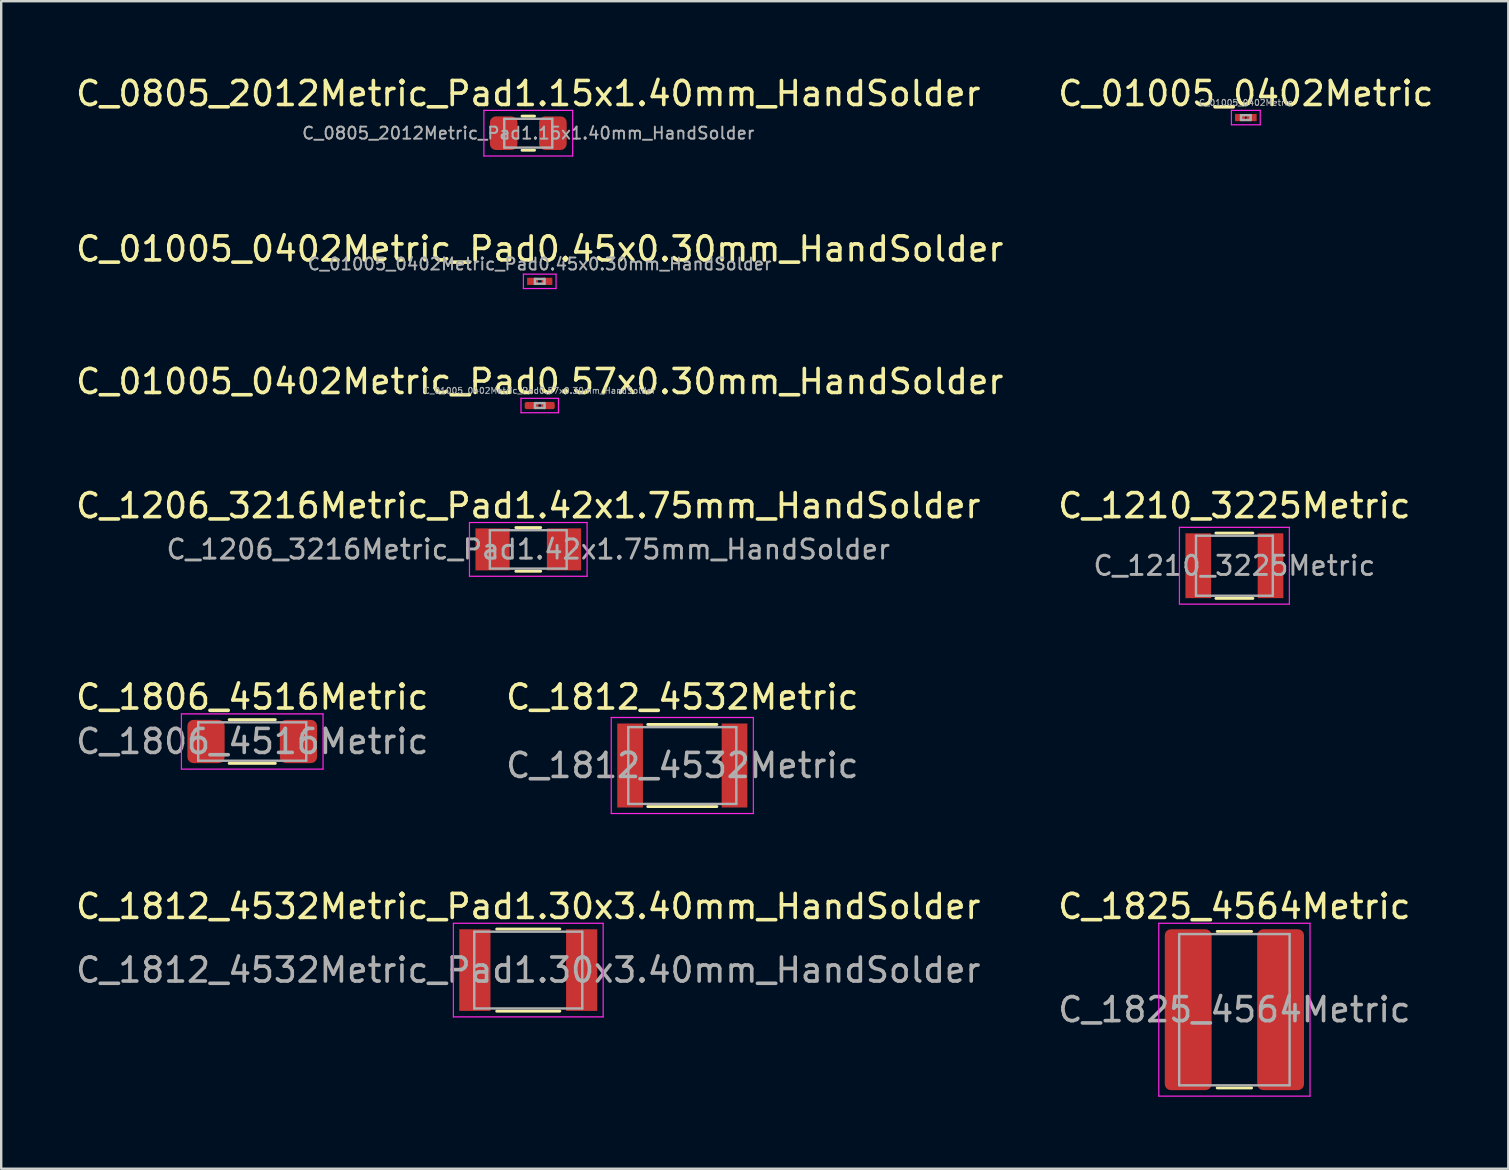
<source format=kicad_pcb>
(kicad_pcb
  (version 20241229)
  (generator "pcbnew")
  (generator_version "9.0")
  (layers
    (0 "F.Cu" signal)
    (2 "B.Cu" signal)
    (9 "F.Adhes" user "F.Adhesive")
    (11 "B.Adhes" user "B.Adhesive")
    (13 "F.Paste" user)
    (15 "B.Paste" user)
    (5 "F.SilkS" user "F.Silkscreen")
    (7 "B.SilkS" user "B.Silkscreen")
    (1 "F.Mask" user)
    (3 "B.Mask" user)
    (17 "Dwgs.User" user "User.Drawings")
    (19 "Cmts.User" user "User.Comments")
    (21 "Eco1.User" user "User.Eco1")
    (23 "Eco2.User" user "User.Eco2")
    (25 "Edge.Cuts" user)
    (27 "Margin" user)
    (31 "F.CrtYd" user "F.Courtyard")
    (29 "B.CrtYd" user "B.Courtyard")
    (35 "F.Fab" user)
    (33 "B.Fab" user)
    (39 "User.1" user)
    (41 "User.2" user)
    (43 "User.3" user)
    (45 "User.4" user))
  (footprint "C_01005_0402Metric_Pad0.45x0.30mm_HandSolder"
    (layer "F.Cu")
    (at 19.435 8.671)
    (property "Reference" "C_01005_0402Metric_Pad0.45x0.30mm_HandSolder" (at 0 -1.35 0) (layer "F.SilkS") (effects (font (size 1 1) (thickness 0.15))))
    (attr smd)
    (fp_line (start -0.68 -0.3) (end 0.68 -0.3) (stroke (width 0.05) (type solid)) (layer "F.CrtYd"))
    (fp_line (start -0.68 0.3) (end -0.68 -0.3) (stroke (width 0.05) (type solid)) (layer "F.CrtYd"))
    (fp_line (start 0.68 -0.3) (end 0.68 0.3) (stroke (width 0.05) (type solid)) (layer "F.CrtYd"))
    (fp_line (start 0.68 0.3) (end -0.68 0.3) (stroke (width 0.05) (type solid)) (layer "F.CrtYd"))
    (fp_line (start -0.2 -0.1) (end 0.2 -0.1) (stroke (width 0.1) (type solid)) (layer "F.Fab"))
    (fp_line (start -0.2 0.1) (end -0.2 -0.1) (stroke (width 0.1) (type solid)) (layer "F.Fab"))
    (fp_line (start 0.2 -0.1) (end 0.2 0.1) (stroke (width 0.1) (type solid)) (layer "F.Fab"))
    (fp_line (start 0.2 0.1) (end -0.2 0.1) (stroke (width 0.1) (type solid)) (layer "F.Fab"))
    (fp_text user "${REFERENCE}" (at 0 -0.72 0) (layer "F.Fab") (effects (font (size 0.5 0.5) (thickness 0.08))))
    (pad "1" smd rect (at -0.3 0) (size 0.45 0.3) (layers "F.Cu" "F.Mask" "F.Paste"))
    (pad "2" smd rect (at 0.3 0) (size 0.45 0.3) (layers "F.Cu" "F.Mask" "F.Paste")))
  (footprint "C_1210_3225Metric"
    (layer "F.Cu")
    (at 48.375 20.518)
    (property "Reference" "C_1210_3225Metric" (at 0 -2.5 0) (layer "F.SilkS") (effects (font (size 1 1) (thickness 0.15))))
    (attr smd)
    (fp_line (start -0.77 -1.36) (end 0.77 -1.36) (stroke (width 0.12) (type solid)) (layer "F.SilkS"))
    (fp_line (start -0.77 1.36) (end 0.77 1.36) (stroke (width 0.12) (type solid)) (layer "F.SilkS"))
    (fp_line (start -2.29 -1.6) (end 2.29 -1.6) (stroke (width 0.05) (type solid)) (layer "F.CrtYd"))
    (fp_line (start -2.29 1.6) (end -2.29 -1.6) (stroke (width 0.05) (type solid)) (layer "F.CrtYd"))
    (fp_line (start 2.29 -1.6) (end 2.29 1.6) (stroke (width 0.05) (type solid)) (layer "F.CrtYd"))
    (fp_line (start 2.29 1.6) (end -2.29 1.6) (stroke (width 0.05) (type solid)) (layer "F.CrtYd"))
    (fp_line (start -1.6 -1.25) (end 1.6 -1.25) (stroke (width 0.1) (type solid)) (layer "F.Fab"))
    (fp_line (start -1.6 1.25) (end -1.6 -1.25) (stroke (width 0.1) (type solid)) (layer "F.Fab"))
    (fp_line (start 1.6 -1.25) (end 1.6 1.25) (stroke (width 0.1) (type solid)) (layer "F.Fab"))
    (fp_line (start 1.6 1.25) (end -1.6 1.25) (stroke (width 0.1) (type solid)) (layer "F.Fab"))
    (fp_text user "${REFERENCE}" (at 0 0 0) (layer "F.Fab") (effects (font (size 0.8 0.8) (thickness 0.12))))
    (pad "1" smd rect (at -1.505 0) (size 1.07 2.7) (layers "F.Cu" "F.Mask" "F.Paste"))
    (pad "2" smd rect (at 1.505 0) (size 1.07 2.7) (layers "F.Cu" "F.Mask" "F.Paste")))
  (footprint "C_01005_0402Metric"
    (layer "F.Cu")
    (at 48.851 1.848)
    (property "Reference" "C_01005_0402Metric" (at 0 -1 0) (layer "F.SilkS") (effects (font (size 1 1) (thickness 0.15))))
    (attr smd)
    (fp_line (start -0.6 -0.3) (end 0.6 -0.3) (stroke (width 0.05) (type solid)) (layer "F.CrtYd"))
    (fp_line (start -0.6 0.3) (end -0.6 -0.3) (stroke (width 0.05) (type solid)) (layer "F.CrtYd"))
    (fp_line (start 0.6 -0.3) (end 0.6 0.3) (stroke (width 0.05) (type solid)) (layer "F.CrtYd"))
    (fp_line (start 0.6 0.3) (end -0.6 0.3) (stroke (width 0.05) (type solid)) (layer "F.CrtYd"))
    (fp_line (start -0.2 -0.1) (end 0.2 -0.1) (stroke (width 0.1) (type solid)) (layer "F.Fab"))
    (fp_line (start -0.2 0.1) (end -0.2 -0.1) (stroke (width 0.1) (type solid)) (layer "F.Fab"))
    (fp_line (start 0.2 -0.1) (end 0.2 0.1) (stroke (width 0.1) (type solid)) (layer "F.Fab"))
    (fp_line (start 0.2 0.1) (end -0.2 0.1) (stroke (width 0.1) (type solid)) (layer "F.Fab"))
    (fp_text user "${REFERENCE}" (at 0 -0.62 0) (layer "F.Fab") (effects (font (size 0.25 0.25) (thickness 0.04))))
    (pad "" smd rect (at -0.265 0) (size 0.286 0.27) (layers "F.Paste"))
    (pad "" smd rect (at 0.265 0) (size 0.286 0.27) (layers "F.Paste"))
    (pad "1" smd rect (at -0.24 0) (size 0.42 0.3) (layers "F.Cu" "F.Mask"))
    (pad "2" smd rect (at 0.24 0) (size 0.42 0.3) (layers "F.Cu" "F.Mask")))
  (footprint "C_01005_0402Metric_Pad0.57x0.30mm_HandSolder"
    (layer "F.Cu")
    (at 19.435 13.845)
    (property "Reference" "C_01005_0402Metric_Pad0.57x0.30mm_HandSolder" (at 0 -1 0) (layer "F.SilkS") (effects (font (size 1 1) (thickness 0.15))))
    (attr smd)
    (fp_line (start -0.78 -0.3) (end 0.78 -0.3) (stroke (width 0.05) (type solid)) (layer "F.CrtYd"))
    (fp_line (start -0.78 0.3) (end -0.78 -0.3) (stroke (width 0.05) (type solid)) (layer "F.CrtYd"))
    (fp_line (start 0.78 -0.3) (end 0.78 0.3) (stroke (width 0.05) (type solid)) (layer "F.CrtYd"))
    (fp_line (start 0.78 0.3) (end -0.78 0.3) (stroke (width 0.05) (type solid)) (layer "F.CrtYd"))
    (fp_line (start -0.2 -0.1) (end 0.2 -0.1) (stroke (width 0.1) (type solid)) (layer "F.Fab"))
    (fp_line (start -0.2 0.1) (end -0.2 -0.1) (stroke (width 0.1) (type solid)) (layer "F.Fab"))
    (fp_line (start 0.2 -0.1) (end 0.2 0.1) (stroke (width 0.1) (type solid)) (layer "F.Fab"))
    (fp_line (start 0.2 0.1) (end -0.2 0.1) (stroke (width 0.1) (type solid)) (layer "F.Fab"))
    (fp_text user "${REFERENCE}" (at 0 -0.62 0) (layer "F.Fab") (effects (font (size 0.25 0.25) (thickness 0.04))))
    (pad "" smd roundrect (at -0.362 0) (size 0.41 0.27) (layers "F.Paste") (roundrect_rratio 0.25))
    (pad "" smd roundrect (at 0.362 0) (size 0.41 0.27) (layers "F.Paste") (roundrect_rratio 0.25))
    (pad "1" smd roundrect (at -0.338 0) (size 0.575 0.3) (layers "F.Cu" "F.Mask") (roundrect_rratio 0.25))
    (pad "2" smd roundrect (at 0.338 0) (size 0.575 0.3) (layers "F.Cu" "F.Mask") (roundrect_rratio 0.25)))
  (footprint "C_1206_3216Metric_Pad1.42x1.75mm_HandSolder"
    (layer "F.Cu")
    (at 18.958 19.838)
    (property "Reference" "C_1206_3216Metric_Pad1.42x1.75mm_HandSolder" (at 0 -1.82 0) (layer "F.SilkS") (effects (font (size 1 1) (thickness 0.15))))
    (attr smd)
    (fp_line (start -0.517 -0.91) (end 0.517 -0.91) (stroke (width 0.12) (type solid)) (layer "F.SilkS"))
    (fp_line (start -0.517 0.91) (end 0.517 0.91) (stroke (width 0.12) (type solid)) (layer "F.SilkS"))
    (fp_line (start -2.45 -1.12) (end 2.45 -1.12) (stroke (width 0.05) (type solid)) (layer "F.CrtYd"))
    (fp_line (start -2.45 1.12) (end -2.45 -1.12) (stroke (width 0.05) (type solid)) (layer "F.CrtYd"))
    (fp_line (start 2.45 -1.12) (end 2.45 1.12) (stroke (width 0.05) (type solid)) (layer "F.CrtYd"))
    (fp_line (start 2.45 1.12) (end -2.45 1.12) (stroke (width 0.05) (type solid)) (layer "F.CrtYd"))
    (fp_line (start -1.6 -0.8) (end 1.6 -0.8) (stroke (width 0.1) (type solid)) (layer "F.Fab"))
    (fp_line (start -1.6 0.8) (end -1.6 -0.8) (stroke (width 0.1) (type solid)) (layer "F.Fab"))
    (fp_line (start 1.6 -0.8) (end 1.6 0.8) (stroke (width 0.1) (type solid)) (layer "F.Fab"))
    (fp_line (start 1.6 0.8) (end -1.6 0.8) (stroke (width 0.1) (type solid)) (layer "F.Fab"))
    (fp_text user "${REFERENCE}" (at 0 0 0) (layer "F.Fab") (effects (font (size 0.8 0.8) (thickness 0.12))))
    (pad "1" smd rect (at -1.488 0) (size 1.425 1.75) (layers "F.Cu" "F.Mask" "F.Paste"))
    (pad "2" smd rect (at 1.488 0) (size 1.425 1.75) (layers "F.Cu" "F.Mask" "F.Paste")))
  (footprint "C_1812_4532Metric"
    (layer "F.Cu")
    (at 25.375 28.841)
    (property "Reference" "C_1812_4532Metric" (at 0 -2.85 0) (layer "F.SilkS") (effects (font (size 1 1) (thickness 0.15))))
    (attr smd)
    (fp_line (start -1.44 -1.71) (end 1.44 -1.71) (stroke (width 0.12) (type solid)) (layer "F.SilkS"))
    (fp_line (start -1.44 1.71) (end 1.44 1.71) (stroke (width 0.12) (type solid)) (layer "F.SilkS"))
    (fp_line (start -2.96 -2) (end 2.96 -2) (stroke (width 0.05) (type solid)) (layer "F.CrtYd"))
    (fp_line (start -2.96 2) (end -2.96 -2) (stroke (width 0.05) (type solid)) (layer "F.CrtYd"))
    (fp_line (start 2.96 -2) (end 2.96 2) (stroke (width 0.05) (type solid)) (layer "F.CrtYd"))
    (fp_line (start 2.96 2) (end -2.96 2) (stroke (width 0.05) (type solid)) (layer "F.CrtYd"))
    (fp_line (start -2.25 -1.6) (end 2.25 -1.6) (stroke (width 0.1) (type solid)) (layer "F.Fab"))
    (fp_line (start -2.25 1.6) (end -2.25 -1.6) (stroke (width 0.1) (type solid)) (layer "F.Fab"))
    (fp_line (start 2.25 -1.6) (end 2.25 1.6) (stroke (width 0.1) (type solid)) (layer "F.Fab"))
    (fp_line (start 2.25 1.6) (end -2.25 1.6) (stroke (width 0.1) (type solid)) (layer "F.Fab"))
    (fp_text user "${REFERENCE}" (at 0 0 0) (layer "F.Fab") (effects (font (size 1 1) (thickness 0.15))))
    (pad "1" smd rect (at -2.175 0) (size 1.07 3.5) (layers "F.Cu" "F.Mask" "F.Paste"))
    (pad "2" smd rect (at 2.175 0) (size 1.07 3.5) (layers "F.Cu" "F.Mask" "F.Paste")))
  (footprint "C_1806_4516Metric"
    (layer "F.Cu")
    (at 7.458 27.841)
    (property "Reference" "C_1806_4516Metric" (at 0 -1.85 0) (layer "F.SilkS") (effects (font (size 1 1) (thickness 0.15))))
    (attr smd)
    (fp_line (start -0.961 -0.91) (end 0.961 -0.91) (stroke (width 0.12) (type solid)) (layer "F.SilkS"))
    (fp_line (start -0.961 0.91) (end 0.961 0.91) (stroke (width 0.12) (type solid)) (layer "F.SilkS"))
    (fp_line (start -2.95 -1.15) (end 2.95 -1.15) (stroke (width 0.05) (type solid)) (layer "F.CrtYd"))
    (fp_line (start -2.95 1.15) (end -2.95 -1.15) (stroke (width 0.05) (type solid)) (layer "F.CrtYd"))
    (fp_line (start 2.95 -1.15) (end 2.95 1.15) (stroke (width 0.05) (type solid)) (layer "F.CrtYd"))
    (fp_line (start 2.95 1.15) (end -2.95 1.15) (stroke (width 0.05) (type solid)) (layer "F.CrtYd"))
    (fp_line (start -2.25 -0.8) (end 2.25 -0.8) (stroke (width 0.1) (type solid)) (layer "F.Fab"))
    (fp_line (start -2.25 0.8) (end -2.25 -0.8) (stroke (width 0.1) (type solid)) (layer "F.Fab"))
    (fp_line (start 2.25 -0.8) (end 2.25 0.8) (stroke (width 0.1) (type solid)) (layer "F.Fab"))
    (fp_line (start 2.25 0.8) (end -2.25 0.8) (stroke (width 0.1) (type solid)) (layer "F.Fab"))
    (fp_text user "${REFERENCE}" (at 0 0 0) (layer "F.Fab") (effects (font (size 1 1) (thickness 0.15))))
    (pad "1" smd roundrect (at -1.925 0) (size 1.55 1.8) (layers "F.Cu" "F.Mask" "F.Paste") (roundrect_rratio 0.161))
    (pad "2" smd roundrect (at 1.925 0) (size 1.55 1.8) (layers "F.Cu" "F.Mask" "F.Paste") (roundrect_rratio 0.161)))
  (footprint "C_1812_4532Metric_Pad1.30x3.40mm_HandSolder"
    (layer "F.Cu")
    (at 18.958 37.364)
    (property "Reference" "C_1812_4532Metric_Pad1.30x3.40mm_HandSolder" (at 0 -2.65 0) (layer "F.SilkS") (effects (font (size 1 1) (thickness 0.15))))
    (attr smd)
    (fp_line (start -1.315 -1.71) (end 1.315 -1.71) (stroke (width 0.12) (type solid)) (layer "F.SilkS"))
    (fp_line (start -1.315 1.71) (end 1.315 1.71) (stroke (width 0.12) (type solid)) (layer "F.SilkS"))
    (fp_line (start -3.12 -1.95) (end 3.12 -1.95) (stroke (width 0.05) (type solid)) (layer "F.CrtYd"))
    (fp_line (start -3.12 1.95) (end -3.12 -1.95) (stroke (width 0.05) (type solid)) (layer "F.CrtYd"))
    (fp_line (start 3.12 -1.95) (end 3.12 1.95) (stroke (width 0.05) (type solid)) (layer "F.CrtYd"))
    (fp_line (start 3.12 1.95) (end -3.12 1.95) (stroke (width 0.05) (type solid)) (layer "F.CrtYd"))
    (fp_line (start -2.25 -1.6) (end 2.25 -1.6) (stroke (width 0.1) (type solid)) (layer "F.Fab"))
    (fp_line (start -2.25 1.6) (end -2.25 -1.6) (stroke (width 0.1) (type solid)) (layer "F.Fab"))
    (fp_line (start 2.25 -1.6) (end 2.25 1.6) (stroke (width 0.1) (type solid)) (layer "F.Fab"))
    (fp_line (start 2.25 1.6) (end -2.25 1.6) (stroke (width 0.1) (type solid)) (layer "F.Fab"))
    (fp_text user "${REFERENCE}" (at 0 0 0) (layer "F.Fab") (effects (font (size 1 1) (thickness 0.15))))
    (pad "1" smd rect (at -2.225 0) (size 1.3 3.4) (layers "F.Cu" "F.Mask" "F.Paste"))
    (pad "2" smd rect (at 2.225 0) (size 1.3 3.4) (layers "F.Cu" "F.Mask" "F.Paste")))
  (footprint "C_1825_4564Metric"
    (layer "F.Cu")
    (at 48.375 39.014)
    (property "Reference" "C_1825_4564Metric" (at 0 -4.3 0) (layer "F.SilkS") (effects (font (size 1 1) (thickness 0.15))))
    (attr smd)
    (fp_line (start -0.716 -3.26) (end 0.716 -3.26) (stroke (width 0.12) (type solid)) (layer "F.SilkS"))
    (fp_line (start -0.716 3.26) (end 0.716 3.26) (stroke (width 0.12) (type solid)) (layer "F.SilkS"))
    (fp_line (start -3.15 -3.6) (end 3.15 -3.6) (stroke (width 0.05) (type solid)) (layer "F.CrtYd"))
    (fp_line (start -3.15 3.6) (end -3.15 -3.6) (stroke (width 0.05) (type solid)) (layer "F.CrtYd"))
    (fp_line (start 3.15 -3.6) (end 3.15 3.6) (stroke (width 0.05) (type solid)) (layer "F.CrtYd"))
    (fp_line (start 3.15 3.6) (end -3.15 3.6) (stroke (width 0.05) (type solid)) (layer "F.CrtYd"))
    (fp_line (start -2.3 -3.15) (end 2.3 -3.15) (stroke (width 0.1) (type solid)) (layer "F.Fab"))
    (fp_line (start -2.3 3.15) (end -2.3 -3.15) (stroke (width 0.1) (type solid)) (layer "F.Fab"))
    (fp_line (start 2.3 -3.15) (end 2.3 3.15) (stroke (width 0.1) (type solid)) (layer "F.Fab"))
    (fp_line (start 2.3 3.15) (end -2.3 3.15) (stroke (width 0.1) (type solid)) (layer "F.Fab"))
    (fp_text user "${REFERENCE}" (at 0 0 0) (layer "F.Fab") (effects (font (size 1 1) (thickness 0.15))))
    (pad "1" smd roundrect (at -1.925 0) (size 1.95 6.7) (layers "F.Cu" "F.Mask" "F.Paste") (roundrect_rratio 0.128))
    (pad "2" smd roundrect (at 1.925 0) (size 1.95 6.7) (layers "F.Cu" "F.Mask" "F.Paste") (roundrect_rratio 0.128)))
  (footprint "C_0805_2012Metric_Pad1.15x1.40mm_HandSolder"
    (layer "F.Cu")
    (at 18.958 2.498)
    (property "Reference" "C_0805_2012Metric_Pad1.15x1.40mm_HandSolder" (at 0 -1.65 0) (layer "F.SilkS") (effects (font (size 1 1) (thickness 0.15))))
    (attr smd)
    (fp_line (start -0.261 -0.71) (end 0.261 -0.71) (stroke (width 0.12) (type solid)) (layer "F.SilkS"))
    (fp_line (start -0.261 0.71) (end 0.261 0.71) (stroke (width 0.12) (type solid)) (layer "F.SilkS"))
    (fp_line (start -1.85 -0.95) (end 1.85 -0.95) (stroke (width 0.05) (type solid)) (layer "F.CrtYd"))
    (fp_line (start -1.85 0.95) (end -1.85 -0.95) (stroke (width 0.05) (type solid)) (layer "F.CrtYd"))
    (fp_line (start 1.85 -0.95) (end 1.85 0.95) (stroke (width 0.05) (type solid)) (layer "F.CrtYd"))
    (fp_line (start 1.85 0.95) (end -1.85 0.95) (stroke (width 0.05) (type solid)) (layer "F.CrtYd"))
    (fp_line (start -1 -0.6) (end 1 -0.6) (stroke (width 0.1) (type solid)) (layer "F.Fab"))
    (fp_line (start -1 0.6) (end -1 -0.6) (stroke (width 0.1) (type solid)) (layer "F.Fab"))
    (fp_line (start 1 -0.6) (end 1 0.6) (stroke (width 0.1) (type solid)) (layer "F.Fab"))
    (fp_line (start 1 0.6) (end -1 0.6) (stroke (width 0.1) (type solid)) (layer "F.Fab"))
    (fp_text user "${REFERENCE}" (at 0 0 0) (layer "F.Fab") (effects (font (size 0.5 0.5) (thickness 0.08))))
    (pad "1" smd roundrect (at -1.025 0) (size 1.15 1.4) (layers "F.Cu" "F.Mask" "F.Paste") (roundrect_rratio 0.217))
    (pad "2" smd roundrect (at 1.025 0) (size 1.15 1.4) (layers "F.Cu" "F.Mask" "F.Paste") (roundrect_rratio 0.217)))
  (gr_rect
    (start -3 -3)
    (end 59.786 45.639)
    (stroke (width 0.1) (type default))
    (fill no)
    (layer "Edge.Cuts")))
</source>
